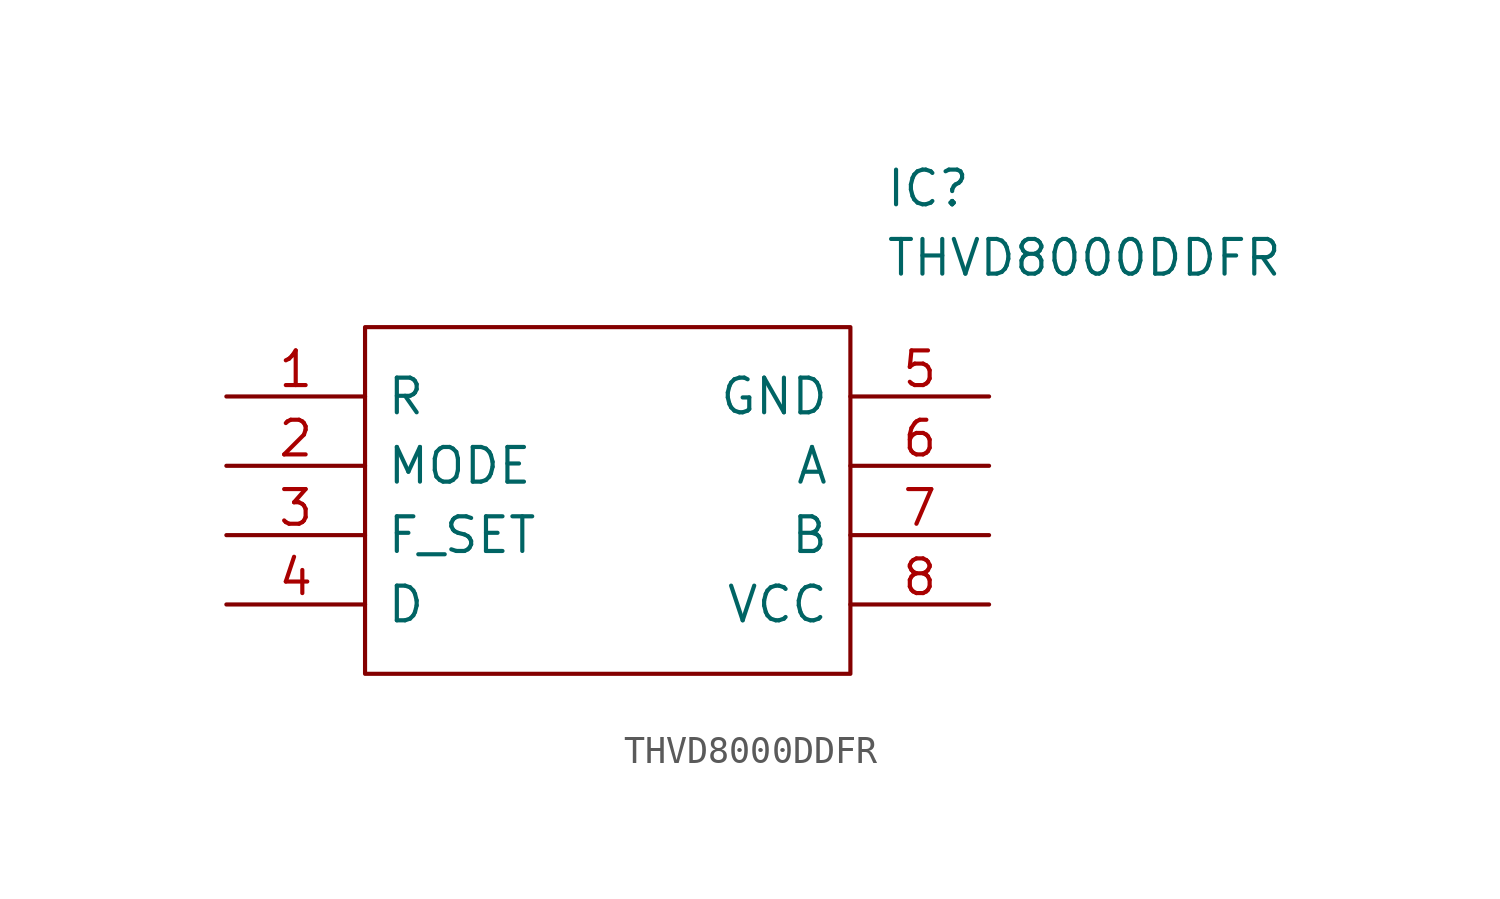
<source format=kicad_sym>
(kicad_symbol_lib
  (version 20211014)
  (generator kicad_symbol_editor)
  (symbol "THVD8000DDFR"
    (pin_names
      (offset 0.762))
    (property "Reference" "IC"
      (at 24.13 7.62 0)
      (effects (font (size 1.27 1.27)) (justify left)))
    (property "Value" "THVD8000DDFR"
      (at 24.13 5.08 0)
      (effects (font (size 1.27 1.27)) (justify left)))
    (symbol "THVD8000DDFR_0_0"
      (pin passive line (at 0 0 0) (length 5.08) (name "R" (effects (font (size 1.27 1.27)))) (number "1" (effects (font (size 1.27 1.27)))))
      (pin passive line (at 0 -2.54 0) (length 5.08) (name "MODE" (effects (font (size 1.27 1.27)))) (number "2" (effects (font (size 1.27 1.27)))))
      (pin passive line (at 0 -5.08 0) (length 5.08) (name "F_SET" (effects (font (size 1.27 1.27)))) (number "3" (effects (font (size 1.27 1.27)))))
      (pin passive line (at 0 -7.62 0) (length 5.08) (name "D" (effects (font (size 1.27 1.27)))) (number "4" (effects (font (size 1.27 1.27)))))
      (pin passive line (at 27.94 0 180) (length 5.08) (name "GND" (effects (font (size 1.27 1.27)))) (number "5" (effects (font (size 1.27 1.27)))))
      (pin passive line (at 27.94 -2.54 180) (length 5.08) (name "A" (effects (font (size 1.27 1.27)))) (number "6" (effects (font (size 1.27 1.27)))))
      (pin passive line (at 27.94 -5.08 180) (length 5.08) (name "B" (effects (font (size 1.27 1.27)))) (number "7" (effects (font (size 1.27 1.27)))))
      (pin passive line (at 27.94 -7.62 180) (length 5.08) (name "VCC" (effects (font (size 1.27 1.27)))) (number "8" (effects (font (size 1.27 1.27))))))
    (symbol "THVD8000DDFR_0_1"
      (polyline (pts (xy 5.08 2.54) (xy 22.86 2.54) (xy 22.86 -10.16) (xy 5.08 -10.16) (xy 5.08 2.54)) (stroke (width 0.152) (type default) (color 0 0 0 0)) (fill (type none))))))
</source>
